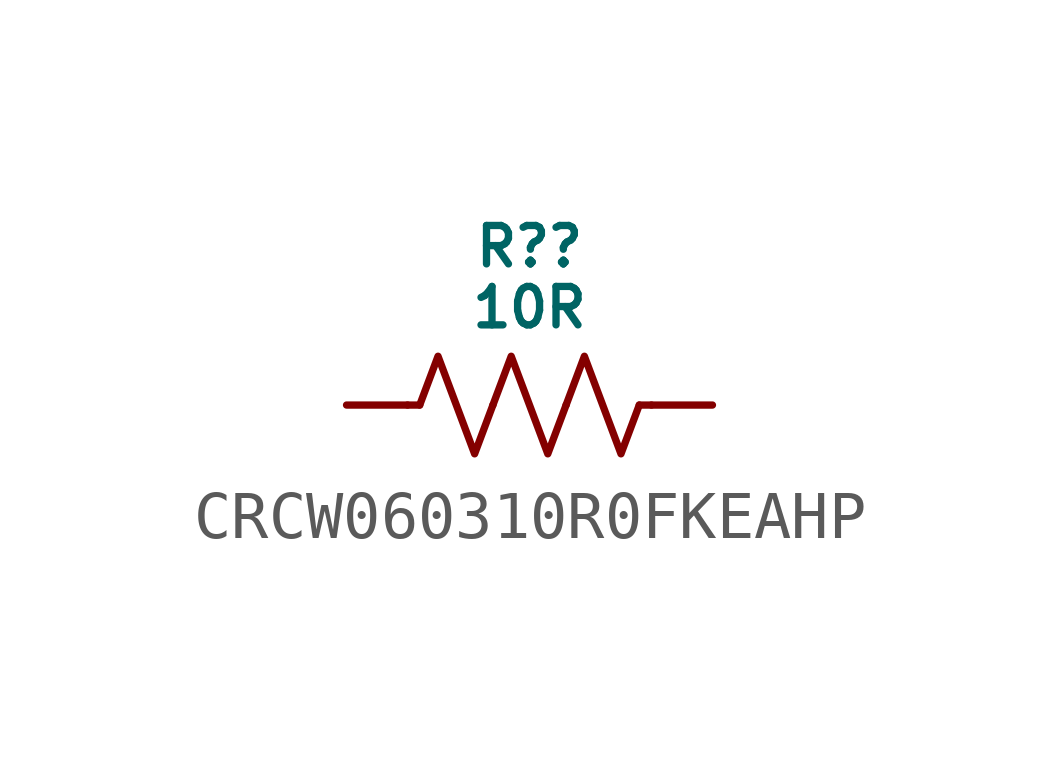
<source format=kicad_sym>
(kicad_symbol_lib
  (version 20231120)
  (generator "kicad_symbol_editor")
  (generator_version "8.0")
  (symbol "CRCW060310R0FKEAHP"
    (pin_numbers hide)
    (pin_names hide)
    (property "Reference" "R?"
      (at 0 3.302 0)
      (do_not_autoplace)
      (effects (font (size 0.8 0.8))))
    (property "Value" "10R"
      (at 0 2.032 0)
      (do_not_autoplace)
      (effects (font (size 0.8 0.8))))
    (symbol "CRCW060310R0FKEAHP_0_1"
      (polyline (pts (xy -2.286 0) (xy -2.54 0)) (stroke (width 0) (type default)) (fill (type none)))
      (polyline (pts (xy 2.286 0) (xy 2.54 0)) (stroke (width 0) (type default)) (fill (type none)))
      (polyline (pts (xy -2.286 0) (xy -1.905 1.016) (xy -1.524 0) (xy -1.143 -1.016) (xy -0.762 0)) (stroke (width 0) (type default)) (fill (type none)))
      (polyline (pts (xy -0.762 0) (xy -0.381 1.016) (xy 0 0) (xy 0.381 -1.016) (xy 0.762 0)) (stroke (width 0) (type default)) (fill (type none)))
      (polyline (pts (xy 0.762 0) (xy 1.143 1.016) (xy 1.524 0) (xy 1.905 -1.016) (xy 2.286 0)) (stroke (width 0) (type default)) (fill (type none))))
    (symbol "CRCW060310R0FKEAHP_1_0"
      (pin passive line (at -3.81 0 0) (length 1.27) (name "" (effects (font (size 0.8 0.8)))) (number "1" (effects (font (size 0.8 0.8)))))
      (pin passive line (at 3.81 0 180) (length 1.27) (name "" (effects (font (size 0.8 0.8)))) (number "2" (effects (font (size 0.8 0.8))))))))
</source>
